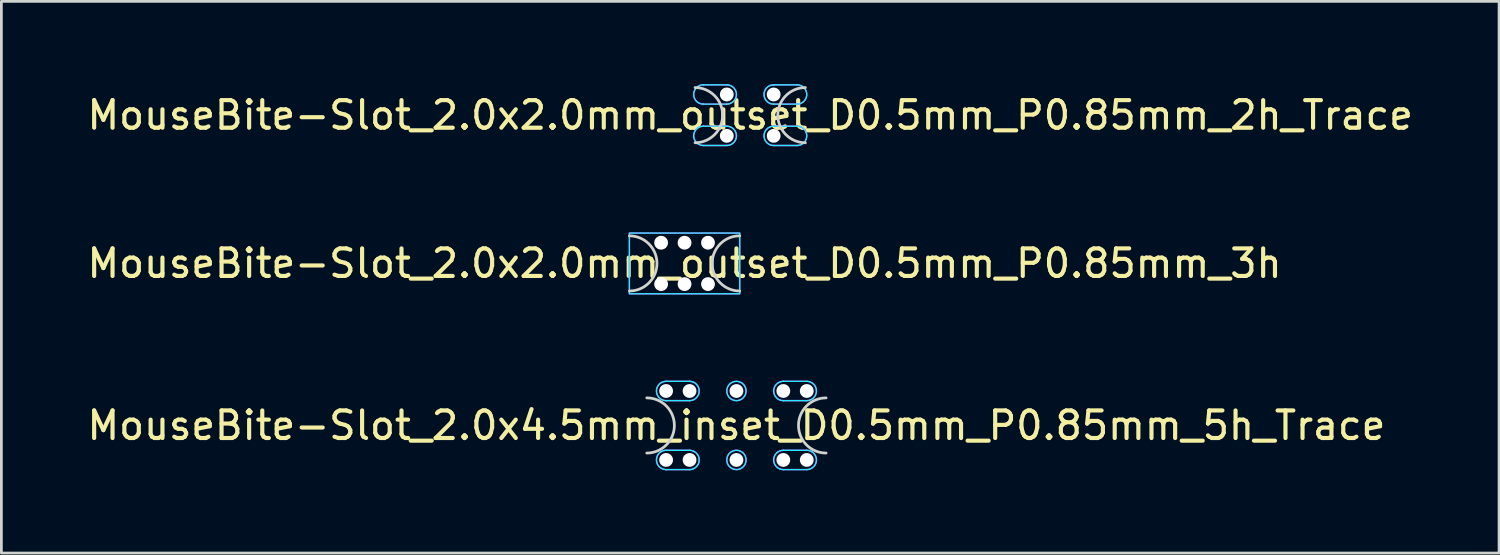
<source format=kicad_pcb>
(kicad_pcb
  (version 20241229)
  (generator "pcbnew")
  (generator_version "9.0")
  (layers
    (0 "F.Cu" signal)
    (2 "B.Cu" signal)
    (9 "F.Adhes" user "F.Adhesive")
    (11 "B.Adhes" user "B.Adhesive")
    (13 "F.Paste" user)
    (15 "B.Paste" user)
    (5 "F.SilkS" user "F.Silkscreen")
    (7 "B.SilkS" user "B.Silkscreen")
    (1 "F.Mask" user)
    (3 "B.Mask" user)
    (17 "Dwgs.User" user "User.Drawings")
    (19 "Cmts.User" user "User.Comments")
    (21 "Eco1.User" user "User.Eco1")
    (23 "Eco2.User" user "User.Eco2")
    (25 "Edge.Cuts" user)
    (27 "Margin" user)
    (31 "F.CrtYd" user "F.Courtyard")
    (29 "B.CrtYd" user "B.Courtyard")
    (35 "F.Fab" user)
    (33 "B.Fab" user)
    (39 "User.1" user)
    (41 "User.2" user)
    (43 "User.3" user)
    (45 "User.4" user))
  (footprint "MouseBite-Slot_2.0x2.0mm_outset_D0.5mm_P0.85mm_3h"
    (layer "F.Cu")
    (at 21.768 7.5)
    (property "Reference" "MouseBite-Slot_2.0x2.0mm_outset_D0.5mm_P0.85mm_3h" (at 0 -1 0) (layer "F.SilkS") (effects (font (size 1 1) (thickness 0.15))))
    (attr board_only exclude_from_pos_files exclude_from_bom dnp)
    (fp_arc (start -2 -2) (mid -1 -1) (end -2 0) (stroke (width 0.1) (type solid)) (layer "Edge.Cuts"))
    (fp_arc (start 2 0) (mid 1 -1) (end 2 -2) (stroke (width 0.1) (type solid)) (layer "Edge.Cuts"))
    (fp_rect (start -2 -2.1) (end 2 0.1) (stroke (width 0.05) (type solid)) (fill no) (layer "B.CrtYd"))
    (fp_rect (start -2 -2.1) (end 2 0.1) (stroke (width 0.05) (type solid)) (fill no) (layer "F.CrtYd"))
    (pad "" np_thru_hole circle (at -0.85 -1.75) (size 0.5 0.5) (drill 0.5) (layers "*.Cu" "*.Mask"))
    (pad "" np_thru_hole circle (at -0.85 -0.25 180) (size 0.5 0.5) (drill 0.5) (layers "*.Cu" "*.Mask"))
    (pad "" np_thru_hole circle (at 0 -1.75) (size 0.5 0.5) (drill 0.5) (layers "*.Cu" "*.Mask"))
    (pad "" np_thru_hole circle (at 0 -0.25 180) (size 0.5 0.5) (drill 0.5) (layers "*.Cu" "*.Mask"))
    (pad "" np_thru_hole circle (at 0.85 -1.75) (size 0.5 0.5) (drill 0.5) (layers "*.Cu" "*.Mask"))
    (pad "" np_thru_hole circle (at 0.85 -0.25 180) (size 0.5 0.5) (drill 0.5) (layers "*.Cu" "*.Mask")))
  (footprint "MouseBite-Slot_2.0x4.5mm_inset_D0.5mm_P0.85mm_5h_Trace"
    (layer "F.Cu")
    (at 23.649 13.375)
    (property "Reference" "MouseBite-Slot_2.0x4.5mm_inset_D0.5mm_P0.85mm_5h_Trace" (at 0 -1 0) (layer "F.SilkS") (effects (font (size 1 1) (thickness 0.15))))
    (attr board_only exclude_from_pos_files exclude_from_bom dnp)
    (fp_arc (start -3.25 -2) (mid -2.25 -1) (end -3.25 0) (stroke (width 0.1) (type solid)) (layer "Edge.Cuts"))
    (fp_arc (start 3.25 0) (mid 2.25 -1) (end 3.25 -2) (stroke (width 0.1) (type solid)) (layer "Edge.Cuts"))
    (fp_line (start -2.55 -1.9) (end -1.7 -1.9) (stroke (width 0.05) (type solid)) (layer "B.CrtYd"))
    (fp_line (start -2.55 0.6) (end -1.7 0.6) (stroke (width 0.05) (type solid)) (layer "B.CrtYd"))
    (fp_line (start -1.7 -2.6) (end -2.55 -2.6) (stroke (width 0.05) (type solid)) (layer "B.CrtYd"))
    (fp_line (start -1.7 -0.1) (end -2.55 -0.1) (stroke (width 0.05) (type solid)) (layer "B.CrtYd"))
    (fp_line (start 1.7 -1.9) (end 2.55 -1.9) (stroke (width 0.05) (type solid)) (layer "B.CrtYd"))
    (fp_line (start 1.7 0.6) (end 2.55 0.6) (stroke (width 0.05) (type solid)) (layer "B.CrtYd"))
    (fp_line (start 2.55 -2.6) (end 1.7 -2.6) (stroke (width 0.05) (type solid)) (layer "B.CrtYd"))
    (fp_line (start 2.55 -0.1) (end 1.7 -0.1) (stroke (width 0.05) (type solid)) (layer "B.CrtYd"))
    (fp_arc (start -2.55 -1.9) (mid -2.9 -2.25) (end -2.55 -2.6) (stroke (width 0.05) (type solid)) (layer "B.CrtYd"))
    (fp_arc (start -2.55 0.6) (mid -2.9 0.25) (end -2.55 -0.1) (stroke (width 0.05) (type solid)) (layer "B.CrtYd"))
    (fp_arc (start -1.7 -2.6) (mid -1.35 -2.25) (end -1.7 -1.9) (stroke (width 0.05) (type solid)) (layer "B.CrtYd"))
    (fp_arc (start -1.7 -0.1) (mid -1.35 0.25) (end -1.7 0.6) (stroke (width 0.05) (type solid)) (layer "B.CrtYd"))
    (fp_arc (start 1.7 -1.9) (mid 1.35 -2.25) (end 1.7 -2.6) (stroke (width 0.05) (type solid)) (layer "B.CrtYd"))
    (fp_arc (start 1.7 0.6) (mid 1.35 0.25) (end 1.7 -0.1) (stroke (width 0.05) (type solid)) (layer "B.CrtYd"))
    (fp_arc (start 2.55 -2.6) (mid 2.9 -2.25) (end 2.55 -1.9) (stroke (width 0.05) (type solid)) (layer "B.CrtYd"))
    (fp_arc (start 2.55 -0.1) (mid 2.9 0.25) (end 2.55 0.6) (stroke (width 0.05) (type solid)) (layer "B.CrtYd"))
    (fp_circle (center 0 -2.25) (end -0.35 -2.25) (stroke (width 0.05) (type solid)) (fill no) (layer "B.CrtYd"))
    (fp_circle (center 0 0.25) (end 0.35 0.25) (stroke (width 0.05) (type solid)) (fill no) (layer "B.CrtYd"))
    (fp_line (start -2.55 -1.9) (end -1.7 -1.9) (stroke (width 0.05) (type solid)) (layer "F.CrtYd"))
    (fp_line (start -2.55 0.6) (end -1.7 0.6) (stroke (width 0.05) (type solid)) (layer "F.CrtYd"))
    (fp_line (start -1.7 -2.6) (end -2.55 -2.6) (stroke (width 0.05) (type solid)) (layer "F.CrtYd"))
    (fp_line (start -1.7 -0.1) (end -2.55 -0.1) (stroke (width 0.05) (type solid)) (layer "F.CrtYd"))
    (fp_line (start 1.7 -1.9) (end 2.55 -1.9) (stroke (width 0.05) (type solid)) (layer "F.CrtYd"))
    (fp_line (start 1.7 0.6) (end 2.55 0.6) (stroke (width 0.05) (type solid)) (layer "F.CrtYd"))
    (fp_line (start 2.55 -2.6) (end 1.7 -2.6) (stroke (width 0.05) (type solid)) (layer "F.CrtYd"))
    (fp_line (start 2.55 -0.1) (end 1.7 -0.1) (stroke (width 0.05) (type solid)) (layer "F.CrtYd"))
    (fp_arc (start -2.55 -1.9) (mid -2.9 -2.25) (end -2.55 -2.6) (stroke (width 0.05) (type solid)) (layer "F.CrtYd"))
    (fp_arc (start -2.55 0.6) (mid -2.9 0.25) (end -2.55 -0.1) (stroke (width 0.05) (type solid)) (layer "F.CrtYd"))
    (fp_arc (start -1.7 -2.6) (mid -1.35 -2.25) (end -1.7 -1.9) (stroke (width 0.05) (type solid)) (layer "F.CrtYd"))
    (fp_arc (start -1.7 -0.1) (mid -1.35 0.25) (end -1.7 0.6) (stroke (width 0.05) (type solid)) (layer "F.CrtYd"))
    (fp_arc (start 1.7 -1.9) (mid 1.35 -2.25) (end 1.7 -2.6) (stroke (width 0.05) (type solid)) (layer "F.CrtYd"))
    (fp_arc (start 1.7 0.6) (mid 1.35 0.25) (end 1.7 -0.1) (stroke (width 0.05) (type solid)) (layer "F.CrtYd"))
    (fp_arc (start 2.55 -2.6) (mid 2.9 -2.25) (end 2.55 -1.9) (stroke (width 0.05) (type solid)) (layer "F.CrtYd"))
    (fp_arc (start 2.55 -0.1) (mid 2.9 0.25) (end 2.55 0.6) (stroke (width 0.05) (type solid)) (layer "F.CrtYd"))
    (fp_circle (center 0 -2.25) (end -0.35 -2.25) (stroke (width 0.05) (type solid)) (fill no) (layer "F.CrtYd"))
    (fp_circle (center 0 0.25) (end 0.35 0.25) (stroke (width 0.05) (type solid)) (fill no) (layer "F.CrtYd"))
    (pad "" np_thru_hole circle (at -2.55 -2.25) (size 0.5 0.5) (drill 0.5) (layers "*.Cu" "*.Mask"))
    (pad "" np_thru_hole circle (at -2.55 0.25 180) (size 0.5 0.5) (drill 0.5) (layers "*.Cu" "*.Mask"))
    (pad "" np_thru_hole circle (at -1.7 -2.25) (size 0.5 0.5) (drill 0.5) (layers "*.Cu" "*.Mask"))
    (pad "" np_thru_hole circle (at -1.7 0.25 180) (size 0.5 0.5) (drill 0.5) (layers "*.Cu" "*.Mask"))
    (pad "" np_thru_hole circle (at 0 -2.25) (size 0.5 0.5) (drill 0.5) (layers "*.Cu" "*.Mask"))
    (pad "" np_thru_hole circle (at 0 0.25 180) (size 0.5 0.5) (drill 0.5) (layers "*.Cu" "*.Mask"))
    (pad "" np_thru_hole circle (at 1.7 -2.25) (size 0.5 0.5) (drill 0.5) (layers "*.Cu" "*.Mask"))
    (pad "" np_thru_hole circle (at 1.7 0.25 180) (size 0.5 0.5) (drill 0.5) (layers "*.Cu" "*.Mask"))
    (pad "" np_thru_hole circle (at 2.55 -2.25) (size 0.5 0.5) (drill 0.5) (layers "*.Cu" "*.Mask"))
    (pad "" np_thru_hole circle (at 2.55 0.25 180) (size 0.5 0.5) (drill 0.5) (layers "*.Cu" "*.Mask")))
  (footprint "MouseBite-Slot_2.0x2.0mm_outset_D0.5mm_P0.85mm_2h_Trace"
    (layer "F.Cu")
    (at 24.149 2.125)
    (property "Reference" "MouseBite-Slot_2.0x2.0mm_outset_D0.5mm_P0.85mm_2h_Trace" (at 0 -1 0) (layer "F.SilkS") (effects (font (size 1 1) (thickness 0.15))))
    (attr board_only exclude_from_pos_files exclude_from_bom dnp)
    (fp_arc (start -2 -2) (mid -1 -1) (end -2 0) (stroke (width 0.1) (type solid)) (layer "Edge.Cuts"))
    (fp_arc (start 2 0) (mid 1 -1) (end 2 -2) (stroke (width 0.1) (type solid)) (layer "Edge.Cuts"))
    (fp_line (start -1.7 -1.4) (end -0.85 -1.4) (stroke (width 0.05) (type solid)) (layer "B.CrtYd"))
    (fp_line (start -1.7 0.1) (end -0.85 0.1) (stroke (width 0.05) (type solid)) (layer "B.CrtYd"))
    (fp_line (start -0.85 -2.1) (end -1.7 -2.1) (stroke (width 0.05) (type solid)) (layer "B.CrtYd"))
    (fp_line (start -0.85 -0.6) (end -1.7 -0.6) (stroke (width 0.05) (type solid)) (layer "B.CrtYd"))
    (fp_line (start 0.85 -1.4) (end 1.7 -1.4) (stroke (width 0.05) (type solid)) (layer "B.CrtYd"))
    (fp_line (start 0.85 0.1) (end 1.7 0.1) (stroke (width 0.05) (type solid)) (layer "B.CrtYd"))
    (fp_line (start 1.7 -2.1) (end 0.85 -2.1) (stroke (width 0.05) (type solid)) (layer "B.CrtYd"))
    (fp_line (start 1.7 -0.6) (end 0.85 -0.6) (stroke (width 0.05) (type solid)) (layer "B.CrtYd"))
    (fp_arc (start -1.7 -1.4) (mid -2.05 -1.75) (end -1.7 -2.1) (stroke (width 0.05) (type solid)) (layer "B.CrtYd"))
    (fp_arc (start -1.7 0.1) (mid -2.05 -0.25) (end -1.7 -0.6) (stroke (width 0.05) (type solid)) (layer "B.CrtYd"))
    (fp_arc (start -0.85 -2.1) (mid -0.5 -1.75) (end -0.85 -1.4) (stroke (width 0.05) (type solid)) (layer "B.CrtYd"))
    (fp_arc (start -0.85 -0.6) (mid -0.5 -0.25) (end -0.85 0.1) (stroke (width 0.05) (type solid)) (layer "B.CrtYd"))
    (fp_arc (start 0.85 -1.4) (mid 0.5 -1.75) (end 0.85 -2.1) (stroke (width 0.05) (type solid)) (layer "B.CrtYd"))
    (fp_arc (start 0.85 0.1) (mid 0.5 -0.25) (end 0.85 -0.6) (stroke (width 0.05) (type solid)) (layer "B.CrtYd"))
    (fp_arc (start 1.7 -2.1) (mid 2.05 -1.75) (end 1.7 -1.4) (stroke (width 0.05) (type solid)) (layer "B.CrtYd"))
    (fp_arc (start 1.7 -0.6) (mid 2.05 -0.25) (end 1.7 0.1) (stroke (width 0.05) (type solid)) (layer "B.CrtYd"))
    (fp_line (start -1.7 -1.4) (end -0.85 -1.4) (stroke (width 0.05) (type solid)) (layer "F.CrtYd"))
    (fp_line (start -1.7 0.1) (end -0.85 0.1) (stroke (width 0.05) (type solid)) (layer "F.CrtYd"))
    (fp_line (start -0.85 -2.1) (end -1.7 -2.1) (stroke (width 0.05) (type solid)) (layer "F.CrtYd"))
    (fp_line (start -0.85 -0.6) (end -1.7 -0.6) (stroke (width 0.05) (type solid)) (layer "F.CrtYd"))
    (fp_line (start 0.85 -1.4) (end 1.7 -1.4) (stroke (width 0.05) (type solid)) (layer "F.CrtYd"))
    (fp_line (start 0.85 0.1) (end 1.7 0.1) (stroke (width 0.05) (type solid)) (layer "F.CrtYd"))
    (fp_line (start 1.7 -2.1) (end 0.85 -2.1) (stroke (width 0.05) (type solid)) (layer "F.CrtYd"))
    (fp_line (start 1.7 -0.6) (end 0.85 -0.6) (stroke (width 0.05) (type solid)) (layer "F.CrtYd"))
    (fp_arc (start -1.7 -1.4) (mid -2.05 -1.75) (end -1.7 -2.1) (stroke (width 0.05) (type solid)) (layer "F.CrtYd"))
    (fp_arc (start -1.7 0.1) (mid -2.05 -0.25) (end -1.7 -0.6) (stroke (width 0.05) (type solid)) (layer "F.CrtYd"))
    (fp_arc (start -0.85 -2.1) (mid -0.5 -1.75) (end -0.85 -1.4) (stroke (width 0.05) (type solid)) (layer "F.CrtYd"))
    (fp_arc (start -0.85 -0.6) (mid -0.5 -0.25) (end -0.85 0.1) (stroke (width 0.05) (type solid)) (layer "F.CrtYd"))
    (fp_arc (start 0.85 -1.4) (mid 0.5 -1.75) (end 0.85 -2.1) (stroke (width 0.05) (type solid)) (layer "F.CrtYd"))
    (fp_arc (start 0.85 0.1) (mid 0.5 -0.25) (end 0.85 -0.6) (stroke (width 0.05) (type solid)) (layer "F.CrtYd"))
    (fp_arc (start 1.7 -2.1) (mid 2.05 -1.75) (end 1.7 -1.4) (stroke (width 0.05) (type solid)) (layer "F.CrtYd"))
    (fp_arc (start 1.7 -0.6) (mid 2.05 -0.25) (end 1.7 0.1) (stroke (width 0.05) (type solid)) (layer "F.CrtYd"))
    (pad "" np_thru_hole circle (at -0.85 -1.75) (size 0.5 0.5) (drill 0.5) (layers "*.Cu" "*.Mask"))
    (pad "" np_thru_hole circle (at -0.85 -0.25 180) (size 0.5 0.5) (drill 0.5) (layers "*.Cu" "*.Mask"))
    (pad "" np_thru_hole circle (at 0.85 -1.75) (size 0.5 0.5) (drill 0.5) (layers "*.Cu" "*.Mask"))
    (pad "" np_thru_hole circle (at 0.85 -0.25 180) (size 0.5 0.5) (drill 0.5) (layers "*.Cu" "*.Mask")))
  (gr_rect
    (start -3 -3)
    (end 51.298 17)
    (stroke (width 0.1) (type default))
    (fill no)
    (layer "Edge.Cuts")))
</source>
